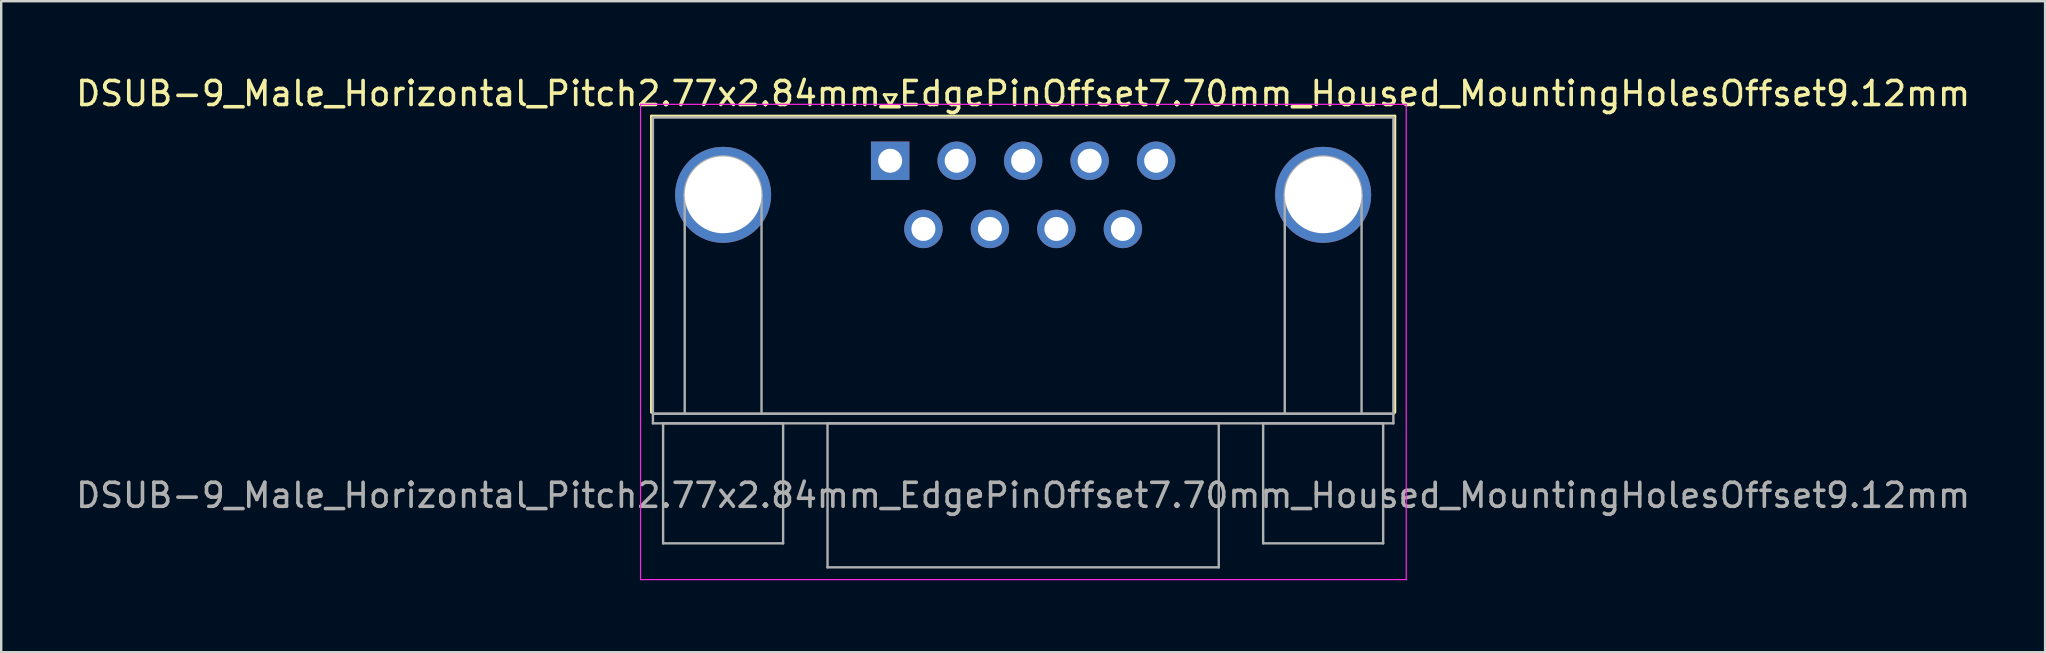
<source format=kicad_pcb>
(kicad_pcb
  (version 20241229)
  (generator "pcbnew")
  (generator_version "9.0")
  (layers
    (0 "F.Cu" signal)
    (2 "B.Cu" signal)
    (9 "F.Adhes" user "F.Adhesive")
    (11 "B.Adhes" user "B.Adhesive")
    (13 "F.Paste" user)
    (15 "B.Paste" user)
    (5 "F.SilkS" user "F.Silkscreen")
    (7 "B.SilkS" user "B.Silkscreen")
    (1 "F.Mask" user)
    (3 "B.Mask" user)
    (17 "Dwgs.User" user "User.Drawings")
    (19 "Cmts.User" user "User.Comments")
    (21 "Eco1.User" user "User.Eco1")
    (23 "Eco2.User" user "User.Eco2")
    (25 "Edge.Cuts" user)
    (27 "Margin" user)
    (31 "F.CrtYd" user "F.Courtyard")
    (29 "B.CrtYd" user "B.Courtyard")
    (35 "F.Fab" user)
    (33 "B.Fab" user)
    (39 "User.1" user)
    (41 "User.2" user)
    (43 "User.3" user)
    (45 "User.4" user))
  (footprint "DSUB-9_Male_Horizontal_Pitch2.77x2.84mm_EdgePinOffset7.70mm_Housed_MountingHolesOffset9.12mm"
    (layer "F.Cu")
    (at 34.037 3.648)
    (property "Reference" "DSUB-9_Male_Horizontal_Pitch2.77x2.84mm_EdgePinOffset7.70mm_Housed_MountingHolesOffset9.12mm" (at 5.54 -2.8 0) (layer "F.SilkS") (effects (font (size 1 1) (thickness 0.15))))
    (attr through_hole)
    (fp_line (start -9.945 -1.86) (end 21.025 -1.86) (stroke (width 0.12) (type solid)) (layer "F.SilkS"))
    (fp_line (start -9.945 10.48) (end -9.945 -1.86) (stroke (width 0.12) (type solid)) (layer "F.SilkS"))
    (fp_line (start -0.25 -2.754) (end 0.25 -2.754) (stroke (width 0.12) (type solid)) (layer "F.SilkS"))
    (fp_line (start 0 -2.321) (end -0.25 -2.754) (stroke (width 0.12) (type solid)) (layer "F.SilkS"))
    (fp_line (start 0.25 -2.754) (end 0 -2.321) (stroke (width 0.12) (type solid)) (layer "F.SilkS"))
    (fp_line (start 21.025 -1.86) (end 21.025 10.48) (stroke (width 0.12) (type solid)) (layer "F.SilkS"))
    (fp_line (start -10.4 -2.35) (end -10.4 17.45) (stroke (width 0.05) (type solid)) (layer "F.CrtYd"))
    (fp_line (start -10.4 17.45) (end 21.5 17.45) (stroke (width 0.05) (type solid)) (layer "F.CrtYd"))
    (fp_line (start 21.5 -2.35) (end -10.4 -2.35) (stroke (width 0.05) (type solid)) (layer "F.CrtYd"))
    (fp_line (start 21.5 17.45) (end 21.5 -2.35) (stroke (width 0.05) (type solid)) (layer "F.CrtYd"))
    (fp_line (start -9.885 -1.8) (end -9.885 10.54) (stroke (width 0.1) (type solid)) (layer "F.Fab"))
    (fp_line (start -9.885 10.54) (end -9.885 10.94) (stroke (width 0.1) (type solid)) (layer "F.Fab"))
    (fp_line (start -9.885 10.54) (end 20.965 10.54) (stroke (width 0.1) (type solid)) (layer "F.Fab"))
    (fp_line (start -9.885 10.94) (end 20.965 10.94) (stroke (width 0.1) (type solid)) (layer "F.Fab"))
    (fp_line (start -9.46 10.94) (end -9.46 15.94) (stroke (width 0.1) (type solid)) (layer "F.Fab"))
    (fp_line (start -9.46 15.94) (end -4.46 15.94) (stroke (width 0.1) (type solid)) (layer "F.Fab"))
    (fp_line (start -8.56 10.54) (end -8.56 1.42) (stroke (width 0.1) (type solid)) (layer "F.Fab"))
    (fp_line (start -5.36 10.54) (end -5.36 1.42) (stroke (width 0.1) (type solid)) (layer "F.Fab"))
    (fp_line (start -4.46 10.94) (end -9.46 10.94) (stroke (width 0.1) (type solid)) (layer "F.Fab"))
    (fp_line (start -4.46 15.94) (end -4.46 10.94) (stroke (width 0.1) (type solid)) (layer "F.Fab"))
    (fp_line (start -2.61 10.94) (end -2.61 16.94) (stroke (width 0.1) (type solid)) (layer "F.Fab"))
    (fp_line (start -2.61 16.94) (end 13.69 16.94) (stroke (width 0.1) (type solid)) (layer "F.Fab"))
    (fp_line (start 13.69 10.94) (end -2.61 10.94) (stroke (width 0.1) (type solid)) (layer "F.Fab"))
    (fp_line (start 13.69 16.94) (end 13.69 10.94) (stroke (width 0.1) (type solid)) (layer "F.Fab"))
    (fp_line (start 15.54 10.94) (end 15.54 15.94) (stroke (width 0.1) (type solid)) (layer "F.Fab"))
    (fp_line (start 15.54 15.94) (end 20.54 15.94) (stroke (width 0.1) (type solid)) (layer "F.Fab"))
    (fp_line (start 16.44 10.54) (end 16.44 1.42) (stroke (width 0.1) (type solid)) (layer "F.Fab"))
    (fp_line (start 19.64 10.54) (end 19.64 1.42) (stroke (width 0.1) (type solid)) (layer "F.Fab"))
    (fp_line (start 20.54 10.94) (end 15.54 10.94) (stroke (width 0.1) (type solid)) (layer "F.Fab"))
    (fp_line (start 20.54 15.94) (end 20.54 10.94) (stroke (width 0.1) (type solid)) (layer "F.Fab"))
    (fp_line (start 20.965 -1.8) (end -9.885 -1.8) (stroke (width 0.1) (type solid)) (layer "F.Fab"))
    (fp_line (start 20.965 10.54) (end -9.885 10.54) (stroke (width 0.1) (type solid)) (layer "F.Fab"))
    (fp_line (start 20.965 10.54) (end 20.965 -1.8) (stroke (width 0.1) (type solid)) (layer "F.Fab"))
    (fp_line (start 20.965 10.94) (end 20.965 10.54) (stroke (width 0.1) (type solid)) (layer "F.Fab"))
    (fp_arc (start -8.56 1.42) (mid -6.96 -0.18) (end -5.36 1.42) (stroke (width 0.1) (type solid)) (layer "F.Fab"))
    (fp_arc (start 16.44 1.42) (mid 18.04 -0.18) (end 19.64 1.42) (stroke (width 0.1) (type solid)) (layer "F.Fab"))
    (fp_text user "${REFERENCE}" (at 5.54 13.94 0) (layer "F.Fab") (effects (font (size 1 1) (thickness 0.15))))
    (pad "0" thru_hole circle (at -6.96 1.42) (size 4 4) (drill 3.2) (layers "*.Cu" "*.Mask"))
    (pad "0" thru_hole circle (at 18.04 1.42) (size 4 4) (drill 3.2) (layers "*.Cu" "*.Mask"))
    (pad "1" thru_hole rect (at 0 0) (size 1.6 1.6) (drill 1) (layers "*.Cu" "*.Mask"))
    (pad "2" thru_hole circle (at 2.77 0) (size 1.6 1.6) (drill 1) (layers "*.Cu" "*.Mask"))
    (pad "3" thru_hole circle (at 5.54 0) (size 1.6 1.6) (drill 1) (layers "*.Cu" "*.Mask"))
    (pad "4" thru_hole circle (at 8.31 0) (size 1.6 1.6) (drill 1) (layers "*.Cu" "*.Mask"))
    (pad "5" thru_hole circle (at 11.08 0) (size 1.6 1.6) (drill 1) (layers "*.Cu" "*.Mask"))
    (pad "6" thru_hole circle (at 1.385 2.84) (size 1.6 1.6) (drill 1) (layers "*.Cu" "*.Mask"))
    (pad "7" thru_hole circle (at 4.155 2.84) (size 1.6 1.6) (drill 1) (layers "*.Cu" "*.Mask"))
    (pad "8" thru_hole circle (at 6.925 2.84) (size 1.6 1.6) (drill 1) (layers "*.Cu" "*.Mask"))
    (pad "9" thru_hole circle (at 9.695 2.84) (size 1.6 1.6) (drill 1) (layers "*.Cu" "*.Mask")))
  (gr_rect
    (start -3 -3)
    (end 82.155 24.123)
    (stroke (width 0.1) (type default))
    (fill no)
    (layer "Edge.Cuts")))
</source>
